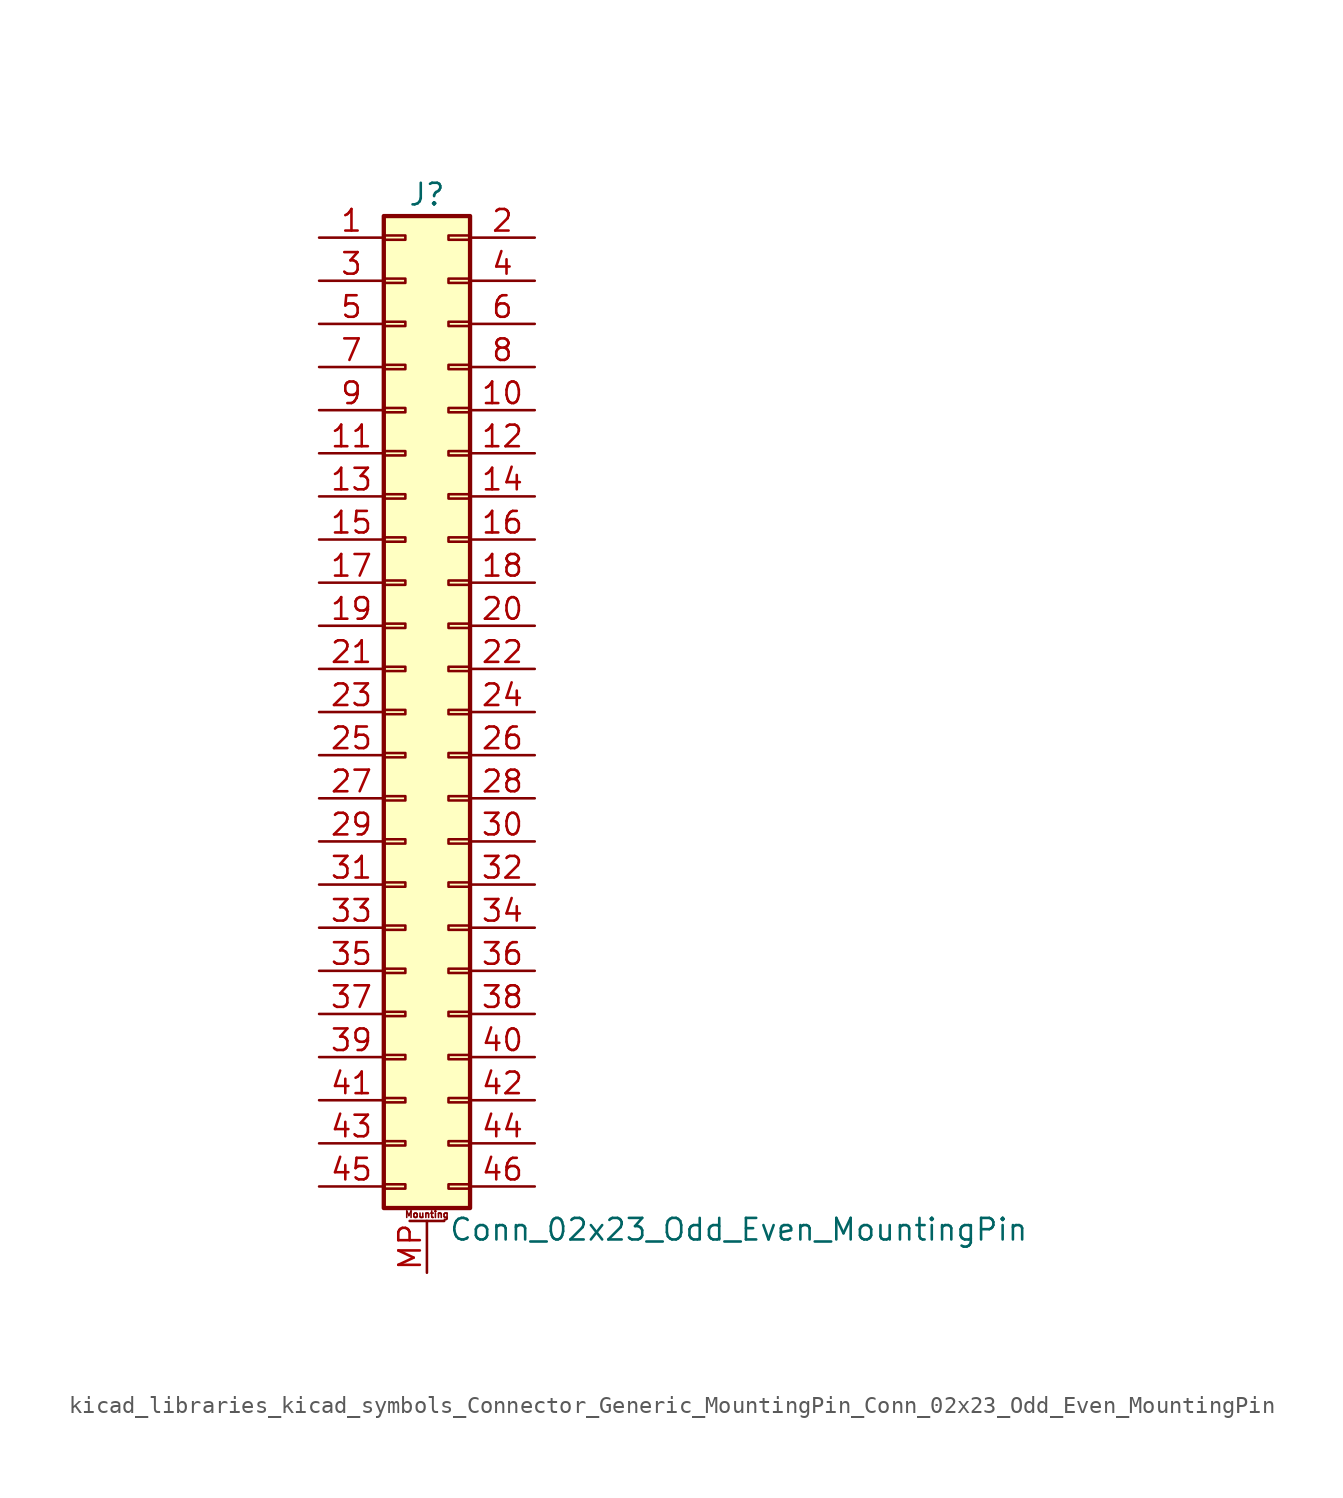
<source format=kicad_sym>
(kicad_symbol_lib
  (version 20220914)
  (generator kicad_symbol_editor)
  (symbol "kicad_libraries_kicad_symbols_Connector_Generic_MountingPin_Conn_02x23_Odd_Even_MountingPin"
    (pin_names
      (offset 1.016) hide)
    (property "Reference" "J"
      (at 1.27 30.48 0)
      (effects (font (size 1.27 1.27))))
    (property "Value" "Conn_02x23_Odd_Even_MountingPin"
      (at 2.54 -30.48 0)
      (effects (font (size 1.27 1.27)) (justify left)))
    (symbol "kicad_libraries_kicad_symbols_Connector_Generic_MountingPin_Conn_02x23_Odd_Even_MountingPin_1_1"
      (rectangle (start -1.27 -27.813) (end 0 -28.067) (stroke (width 0.152) (type default)) (fill (type none)))
      (rectangle (start -1.27 -25.273) (end 0 -25.527) (stroke (width 0.152) (type default)) (fill (type none)))
      (rectangle (start -1.27 -22.733) (end 0 -22.987) (stroke (width 0.152) (type default)) (fill (type none)))
      (rectangle (start -1.27 -20.193) (end 0 -20.447) (stroke (width 0.152) (type default)) (fill (type none)))
      (rectangle (start -1.27 -17.653) (end 0 -17.907) (stroke (width 0.152) (type default)) (fill (type none)))
      (rectangle (start -1.27 -15.113) (end 0 -15.367) (stroke (width 0.152) (type default)) (fill (type none)))
      (rectangle (start -1.27 -12.573) (end 0 -12.827) (stroke (width 0.152) (type default)) (fill (type none)))
      (rectangle (start -1.27 -10.033) (end 0 -10.287) (stroke (width 0.152) (type default)) (fill (type none)))
      (rectangle (start -1.27 -7.493) (end 0 -7.747) (stroke (width 0.152) (type default)) (fill (type none)))
      (rectangle (start -1.27 -4.953) (end 0 -5.207) (stroke (width 0.152) (type default)) (fill (type none)))
      (rectangle (start -1.27 -2.413) (end 0 -2.667) (stroke (width 0.152) (type default)) (fill (type none)))
      (rectangle (start -1.27 0.127) (end 0 -0.127) (stroke (width 0.152) (type default)) (fill (type none)))
      (rectangle (start -1.27 2.667) (end 0 2.413) (stroke (width 0.152) (type default)) (fill (type none)))
      (rectangle (start -1.27 5.207) (end 0 4.953) (stroke (width 0.152) (type default)) (fill (type none)))
      (rectangle (start -1.27 7.747) (end 0 7.493) (stroke (width 0.152) (type default)) (fill (type none)))
      (rectangle (start -1.27 10.287) (end 0 10.033) (stroke (width 0.152) (type default)) (fill (type none)))
      (rectangle (start -1.27 12.827) (end 0 12.573) (stroke (width 0.152) (type default)) (fill (type none)))
      (rectangle (start -1.27 15.367) (end 0 15.113) (stroke (width 0.152) (type default)) (fill (type none)))
      (rectangle (start -1.27 17.907) (end 0 17.653) (stroke (width 0.152) (type default)) (fill (type none)))
      (rectangle (start -1.27 20.447) (end 0 20.193) (stroke (width 0.152) (type default)) (fill (type none)))
      (rectangle (start -1.27 22.987) (end 0 22.733) (stroke (width 0.152) (type default)) (fill (type none)))
      (rectangle (start -1.27 25.527) (end 0 25.273) (stroke (width 0.152) (type default)) (fill (type none)))
      (rectangle (start -1.27 28.067) (end 0 27.813) (stroke (width 0.152) (type default)) (fill (type none)))
      (rectangle (start -1.27 29.21) (end 3.81 -29.21) (stroke (width 0.254) (type default)) (fill (type background)))
      (polyline (pts (xy 0.254 -29.972) (xy 2.286 -29.972)) (stroke (width 0.152) (type default)) (fill (type none)))
      (rectangle (start 3.81 -27.813) (end 2.54 -28.067) (stroke (width 0.152) (type default)) (fill (type none)))
      (rectangle (start 3.81 -25.273) (end 2.54 -25.527) (stroke (width 0.152) (type default)) (fill (type none)))
      (rectangle (start 3.81 -22.733) (end 2.54 -22.987) (stroke (width 0.152) (type default)) (fill (type none)))
      (rectangle (start 3.81 -20.193) (end 2.54 -20.447) (stroke (width 0.152) (type default)) (fill (type none)))
      (rectangle (start 3.81 -17.653) (end 2.54 -17.907) (stroke (width 0.152) (type default)) (fill (type none)))
      (rectangle (start 3.81 -15.113) (end 2.54 -15.367) (stroke (width 0.152) (type default)) (fill (type none)))
      (rectangle (start 3.81 -12.573) (end 2.54 -12.827) (stroke (width 0.152) (type default)) (fill (type none)))
      (rectangle (start 3.81 -10.033) (end 2.54 -10.287) (stroke (width 0.152) (type default)) (fill (type none)))
      (rectangle (start 3.81 -7.493) (end 2.54 -7.747) (stroke (width 0.152) (type default)) (fill (type none)))
      (rectangle (start 3.81 -4.953) (end 2.54 -5.207) (stroke (width 0.152) (type default)) (fill (type none)))
      (rectangle (start 3.81 -2.413) (end 2.54 -2.667) (stroke (width 0.152) (type default)) (fill (type none)))
      (rectangle (start 3.81 0.127) (end 2.54 -0.127) (stroke (width 0.152) (type default)) (fill (type none)))
      (rectangle (start 3.81 2.667) (end 2.54 2.413) (stroke (width 0.152) (type default)) (fill (type none)))
      (rectangle (start 3.81 5.207) (end 2.54 4.953) (stroke (width 0.152) (type default)) (fill (type none)))
      (rectangle (start 3.81 7.747) (end 2.54 7.493) (stroke (width 0.152) (type default)) (fill (type none)))
      (rectangle (start 3.81 10.287) (end 2.54 10.033) (stroke (width 0.152) (type default)) (fill (type none)))
      (rectangle (start 3.81 12.827) (end 2.54 12.573) (stroke (width 0.152) (type default)) (fill (type none)))
      (rectangle (start 3.81 15.367) (end 2.54 15.113) (stroke (width 0.152) (type default)) (fill (type none)))
      (rectangle (start 3.81 17.907) (end 2.54 17.653) (stroke (width 0.152) (type default)) (fill (type none)))
      (rectangle (start 3.81 20.447) (end 2.54 20.193) (stroke (width 0.152) (type default)) (fill (type none)))
      (rectangle (start 3.81 22.987) (end 2.54 22.733) (stroke (width 0.152) (type default)) (fill (type none)))
      (rectangle (start 3.81 25.527) (end 2.54 25.273) (stroke (width 0.152) (type default)) (fill (type none)))
      (rectangle (start 3.81 28.067) (end 2.54 27.813) (stroke (width 0.152) (type default)) (fill (type none)))
      (text "Mounting" (at 1.27 -29.591 0) (effects (font (size 0.381 0.381))))
      (pin passive line (at -5.08 27.94 0) (length 3.81) (name "Pin_1" (effects (font (size 1.27 1.27)))) (number "1" (effects (font (size 1.27 1.27)))))
      (pin passive line (at 7.62 17.78 180) (length 3.81) (name "Pin_10" (effects (font (size 1.27 1.27)))) (number "10" (effects (font (size 1.27 1.27)))))
      (pin passive line (at -5.08 15.24 0) (length 3.81) (name "Pin_11" (effects (font (size 1.27 1.27)))) (number "11" (effects (font (size 1.27 1.27)))))
      (pin passive line (at 7.62 15.24 180) (length 3.81) (name "Pin_12" (effects (font (size 1.27 1.27)))) (number "12" (effects (font (size 1.27 1.27)))))
      (pin passive line (at -5.08 12.7 0) (length 3.81) (name "Pin_13" (effects (font (size 1.27 1.27)))) (number "13" (effects (font (size 1.27 1.27)))))
      (pin passive line (at 7.62 12.7 180) (length 3.81) (name "Pin_14" (effects (font (size 1.27 1.27)))) (number "14" (effects (font (size 1.27 1.27)))))
      (pin passive line (at -5.08 10.16 0) (length 3.81) (name "Pin_15" (effects (font (size 1.27 1.27)))) (number "15" (effects (font (size 1.27 1.27)))))
      (pin passive line (at 7.62 10.16 180) (length 3.81) (name "Pin_16" (effects (font (size 1.27 1.27)))) (number "16" (effects (font (size 1.27 1.27)))))
      (pin passive line (at -5.08 7.62 0) (length 3.81) (name "Pin_17" (effects (font (size 1.27 1.27)))) (number "17" (effects (font (size 1.27 1.27)))))
      (pin passive line (at 7.62 7.62 180) (length 3.81) (name "Pin_18" (effects (font (size 1.27 1.27)))) (number "18" (effects (font (size 1.27 1.27)))))
      (pin passive line (at -5.08 5.08 0) (length 3.81) (name "Pin_19" (effects (font (size 1.27 1.27)))) (number "19" (effects (font (size 1.27 1.27)))))
      (pin passive line (at 7.62 27.94 180) (length 3.81) (name "Pin_2" (effects (font (size 1.27 1.27)))) (number "2" (effects (font (size 1.27 1.27)))))
      (pin passive line (at 7.62 5.08 180) (length 3.81) (name "Pin_20" (effects (font (size 1.27 1.27)))) (number "20" (effects (font (size 1.27 1.27)))))
      (pin passive line (at -5.08 2.54 0) (length 3.81) (name "Pin_21" (effects (font (size 1.27 1.27)))) (number "21" (effects (font (size 1.27 1.27)))))
      (pin passive line (at 7.62 2.54 180) (length 3.81) (name "Pin_22" (effects (font (size 1.27 1.27)))) (number "22" (effects (font (size 1.27 1.27)))))
      (pin passive line (at -5.08 0 0) (length 3.81) (name "Pin_23" (effects (font (size 1.27 1.27)))) (number "23" (effects (font (size 1.27 1.27)))))
      (pin passive line (at 7.62 0 180) (length 3.81) (name "Pin_24" (effects (font (size 1.27 1.27)))) (number "24" (effects (font (size 1.27 1.27)))))
      (pin passive line (at -5.08 -2.54 0) (length 3.81) (name "Pin_25" (effects (font (size 1.27 1.27)))) (number "25" (effects (font (size 1.27 1.27)))))
      (pin passive line (at 7.62 -2.54 180) (length 3.81) (name "Pin_26" (effects (font (size 1.27 1.27)))) (number "26" (effects (font (size 1.27 1.27)))))
      (pin passive line (at -5.08 -5.08 0) (length 3.81) (name "Pin_27" (effects (font (size 1.27 1.27)))) (number "27" (effects (font (size 1.27 1.27)))))
      (pin passive line (at 7.62 -5.08 180) (length 3.81) (name "Pin_28" (effects (font (size 1.27 1.27)))) (number "28" (effects (font (size 1.27 1.27)))))
      (pin passive line (at -5.08 -7.62 0) (length 3.81) (name "Pin_29" (effects (font (size 1.27 1.27)))) (number "29" (effects (font (size 1.27 1.27)))))
      (pin passive line (at -5.08 25.4 0) (length 3.81) (name "Pin_3" (effects (font (size 1.27 1.27)))) (number "3" (effects (font (size 1.27 1.27)))))
      (pin passive line (at 7.62 -7.62 180) (length 3.81) (name "Pin_30" (effects (font (size 1.27 1.27)))) (number "30" (effects (font (size 1.27 1.27)))))
      (pin passive line (at -5.08 -10.16 0) (length 3.81) (name "Pin_31" (effects (font (size 1.27 1.27)))) (number "31" (effects (font (size 1.27 1.27)))))
      (pin passive line (at 7.62 -10.16 180) (length 3.81) (name "Pin_32" (effects (font (size 1.27 1.27)))) (number "32" (effects (font (size 1.27 1.27)))))
      (pin passive line (at -5.08 -12.7 0) (length 3.81) (name "Pin_33" (effects (font (size 1.27 1.27)))) (number "33" (effects (font (size 1.27 1.27)))))
      (pin passive line (at 7.62 -12.7 180) (length 3.81) (name "Pin_34" (effects (font (size 1.27 1.27)))) (number "34" (effects (font (size 1.27 1.27)))))
      (pin passive line (at -5.08 -15.24 0) (length 3.81) (name "Pin_35" (effects (font (size 1.27 1.27)))) (number "35" (effects (font (size 1.27 1.27)))))
      (pin passive line (at 7.62 -15.24 180) (length 3.81) (name "Pin_36" (effects (font (size 1.27 1.27)))) (number "36" (effects (font (size 1.27 1.27)))))
      (pin passive line (at -5.08 -17.78 0) (length 3.81) (name "Pin_37" (effects (font (size 1.27 1.27)))) (number "37" (effects (font (size 1.27 1.27)))))
      (pin passive line (at 7.62 -17.78 180) (length 3.81) (name "Pin_38" (effects (font (size 1.27 1.27)))) (number "38" (effects (font (size 1.27 1.27)))))
      (pin passive line (at -5.08 -20.32 0) (length 3.81) (name "Pin_39" (effects (font (size 1.27 1.27)))) (number "39" (effects (font (size 1.27 1.27)))))
      (pin passive line (at 7.62 25.4 180) (length 3.81) (name "Pin_4" (effects (font (size 1.27 1.27)))) (number "4" (effects (font (size 1.27 1.27)))))
      (pin passive line (at 7.62 -20.32 180) (length 3.81) (name "Pin_40" (effects (font (size 1.27 1.27)))) (number "40" (effects (font (size 1.27 1.27)))))
      (pin passive line (at -5.08 -22.86 0) (length 3.81) (name "Pin_41" (effects (font (size 1.27 1.27)))) (number "41" (effects (font (size 1.27 1.27)))))
      (pin passive line (at 7.62 -22.86 180) (length 3.81) (name "Pin_42" (effects (font (size 1.27 1.27)))) (number "42" (effects (font (size 1.27 1.27)))))
      (pin passive line (at -5.08 -25.4 0) (length 3.81) (name "Pin_43" (effects (font (size 1.27 1.27)))) (number "43" (effects (font (size 1.27 1.27)))))
      (pin passive line (at 7.62 -25.4 180) (length 3.81) (name "Pin_44" (effects (font (size 1.27 1.27)))) (number "44" (effects (font (size 1.27 1.27)))))
      (pin passive line (at -5.08 -27.94 0) (length 3.81) (name "Pin_45" (effects (font (size 1.27 1.27)))) (number "45" (effects (font (size 1.27 1.27)))))
      (pin passive line (at 7.62 -27.94 180) (length 3.81) (name "Pin_46" (effects (font (size 1.27 1.27)))) (number "46" (effects (font (size 1.27 1.27)))))
      (pin passive line (at -5.08 22.86 0) (length 3.81) (name "Pin_5" (effects (font (size 1.27 1.27)))) (number "5" (effects (font (size 1.27 1.27)))))
      (pin passive line (at 7.62 22.86 180) (length 3.81) (name "Pin_6" (effects (font (size 1.27 1.27)))) (number "6" (effects (font (size 1.27 1.27)))))
      (pin passive line (at -5.08 20.32 0) (length 3.81) (name "Pin_7" (effects (font (size 1.27 1.27)))) (number "7" (effects (font (size 1.27 1.27)))))
      (pin passive line (at 7.62 20.32 180) (length 3.81) (name "Pin_8" (effects (font (size 1.27 1.27)))) (number "8" (effects (font (size 1.27 1.27)))))
      (pin passive line (at -5.08 17.78 0) (length 3.81) (name "Pin_9" (effects (font (size 1.27 1.27)))) (number "9" (effects (font (size 1.27 1.27)))))
      (pin passive line (at 1.27 -33.02 90) (length 3.048) (name "MountPin" (effects (font (size 1.27 1.27)))) (number "MP" (effects (font (size 1.27 1.27))))))))
</source>
